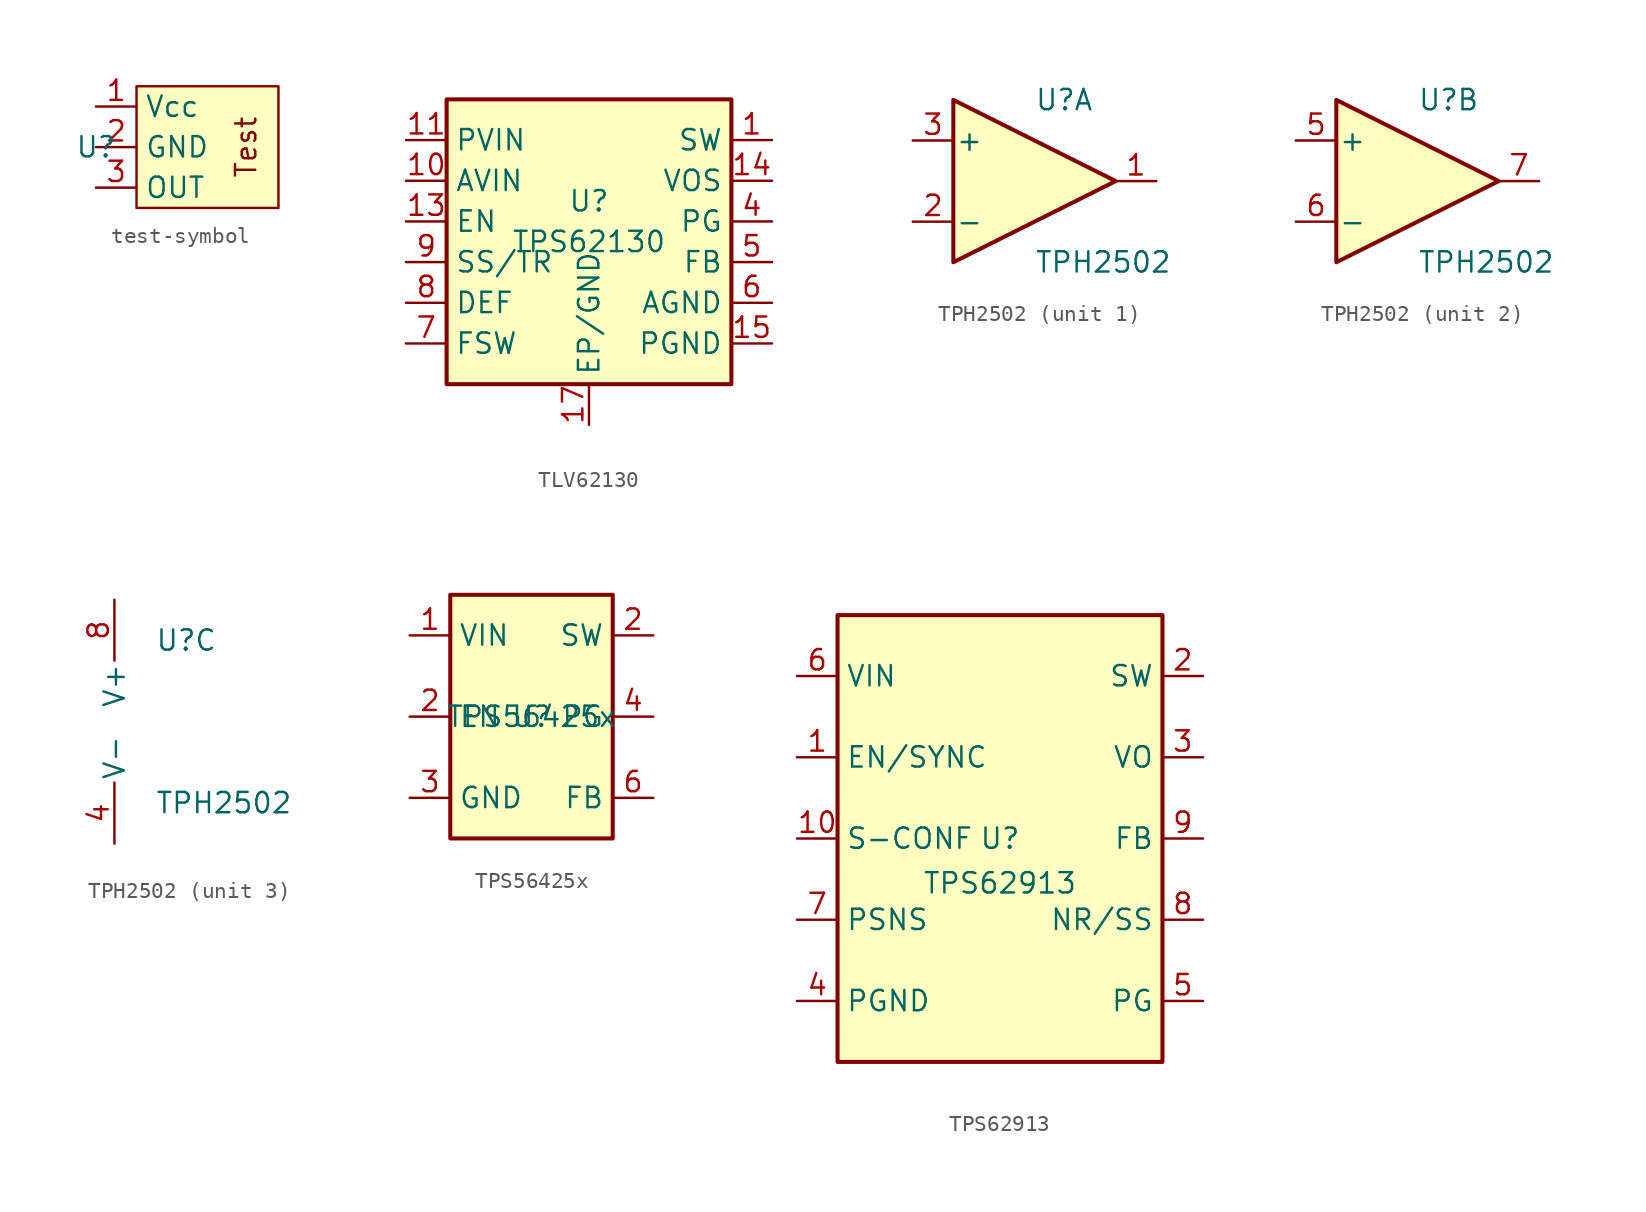
<source format=kicad_sym>
(kicad_symbol_lib
  (version 20241209)
  (generator "kicad_symbol_editor")
  (generator_version "9.0")
  (symbol "test-symbol"
    (property "Reference" "U"
      (at 0 0 0)
      (effects (font (size 1.27 1.27))))
    (property "Value" ""
      (at 0 0 0)
      (effects (font (size 1.27 1.27))))
    (symbol "test-symbol_1_1"
      (rectangle (start 2.54 3.81) (end 11.43 -3.81) (stroke (width 0) (type default)) (fill (type background)))
      (text "Test" (at 9.398 0 900) (effects (font (size 1.27 1.27))))
      (pin power_in line (at 0 2.54 0) (length 2.54) (name "Vcc" (effects (font (size 1.27 1.27)))) (number "1" (effects (font (size 1.27 1.27)))))
      (pin power_in line (at 0 0 0) (length 2.54) (name "GND" (effects (font (size 1.27 1.27)))) (number "2" (effects (font (size 1.27 1.27)))))
      (pin output line (at 0 -2.54 0) (length 2.54) (name "OUT" (effects (font (size 1.27 1.27)))) (number "3" (effects (font (size 1.27 1.27)))))))
  (symbol "TLV62130"
    (property "Reference" "U"
      (at 0 2.54 0)
      (effects (font (size 1.27 1.27))))
    (property "Value" "TPS62130"
      (at 0 0 0)
      (effects (font (size 1.27 1.27))))
    (symbol "TLV62130_1_1"
      (rectangle (start -8.89 8.89) (end 8.89 -8.89) (stroke (width 0.254) (type solid)) (fill (type background)))
      (pin passive line (at -11.43 6.35 0) (length 2.54) (name "PVIN" (effects (font (size 1.27 1.27)))) (number "11" (effects (font (size 1.27 1.27)))))
      (pin passive line (at -11.43 6.35 0) (length 2.54) (hide yes) (name "PVIN" (effects (font (size 1.27 1.27)))) (number "12" (effects (font (size 1.27 1.27)))))
      (pin passive line (at -11.43 3.81 0) (length 2.54) (name "AVIN" (effects (font (size 1.27 1.27)))) (number "10" (effects (font (size 1.27 1.27)))))
      (pin passive line (at -11.43 1.27 0) (length 2.54) (name "EN" (effects (font (size 1.27 1.27)))) (number "13" (effects (font (size 1.27 1.27)))))
      (pin passive line (at -11.43 -1.27 0) (length 2.54) (name "SS/TR" (effects (font (size 1.27 1.27)))) (number "9" (effects (font (size 1.27 1.27)))))
      (pin passive line (at -11.43 -3.81 0) (length 2.54) (name "DEF" (effects (font (size 1.27 1.27)))) (number "8" (effects (font (size 1.27 1.27)))))
      (pin passive line (at -11.43 -6.35 0) (length 2.54) (name "FSW" (effects (font (size 1.27 1.27)))) (number "7" (effects (font (size 1.27 1.27)))))
      (pin passive line (at 0 -11.43 90) (length 2.54) (name "EP/GND" (effects (font (size 1.27 1.27)))) (number "17" (effects (font (size 1.27 1.27)))))
      (pin passive line (at 11.43 6.35 180) (length 2.54) (name "SW" (effects (font (size 1.27 1.27)))) (number "1" (effects (font (size 1.27 1.27)))))
      (pin passive line (at 11.43 6.35 180) (length 2.54) (hide yes) (name "SW" (effects (font (size 1.27 1.27)))) (number "2" (effects (font (size 1.27 1.27)))))
      (pin passive line (at 11.43 6.35 180) (length 2.54) (hide yes) (name "SW" (effects (font (size 1.27 1.27)))) (number "3" (effects (font (size 1.27 1.27)))))
      (pin passive line (at 11.43 3.81 180) (length 2.54) (name "VOS" (effects (font (size 1.27 1.27)))) (number "14" (effects (font (size 1.27 1.27)))))
      (pin passive line (at 11.43 1.27 180) (length 2.54) (name "PG" (effects (font (size 1.27 1.27)))) (number "4" (effects (font (size 1.27 1.27)))))
      (pin passive line (at 11.43 -1.27 180) (length 2.54) (name "FB" (effects (font (size 1.27 1.27)))) (number "5" (effects (font (size 1.27 1.27)))))
      (pin passive line (at 11.43 -3.81 180) (length 2.54) (name "AGND" (effects (font (size 1.27 1.27)))) (number "6" (effects (font (size 1.27 1.27)))))
      (pin passive line (at 11.43 -6.35 180) (length 2.54) (name "PGND" (effects (font (size 1.27 1.27)))) (number "15" (effects (font (size 1.27 1.27)))))
      (pin passive line (at 11.43 -6.35 180) (length 2.54) (hide yes) (name "PGND" (effects (font (size 1.27 1.27)))) (number "16" (effects (font (size 1.27 1.27)))))))
  (symbol "TPH2502"
    (pin_names
      (offset 0.127))
    (property "Reference" "U"
      (at 0 5.08 0)
      (effects (font (size 1.27 1.27)) (justify left)))
    (property "Value" "TPH2502"
      (at 0 -5.08 0)
      (effects (font (size 1.27 1.27)) (justify left)))
    (property "ki_locked" ""
      (at 0 0 0)
      (effects (font (size 1.27 1.27))))
    (symbol "TPH2502_1_1"
      (polyline (pts (xy -5.08 5.08) (xy 5.08 0) (xy -5.08 -5.08) (xy -5.08 5.08)) (stroke (width 0.254) (type default)) (fill (type background)))
      (pin input line (at -7.62 2.54 0) (length 2.54) (name "+" (effects (font (size 1.27 1.27)))) (number "3" (effects (font (size 1.27 1.27)))))
      (pin input line (at -7.62 -2.54 0) (length 2.54) (name "-" (effects (font (size 1.27 1.27)))) (number "2" (effects (font (size 1.27 1.27)))))
      (pin output line (at 7.62 0 180) (length 2.54) (name "~" (effects (font (size 1.27 1.27)))) (number "1" (effects (font (size 1.27 1.27))))))
    (symbol "TPH2502_2_1"
      (polyline (pts (xy -5.08 5.08) (xy 5.08 0) (xy -5.08 -5.08) (xy -5.08 5.08)) (stroke (width 0.254) (type default)) (fill (type background)))
      (pin input line (at -7.62 2.54 0) (length 2.54) (name "+" (effects (font (size 1.27 1.27)))) (number "5" (effects (font (size 1.27 1.27)))))
      (pin input line (at -7.62 -2.54 0) (length 2.54) (name "-" (effects (font (size 1.27 1.27)))) (number "6" (effects (font (size 1.27 1.27)))))
      (pin output line (at 7.62 0 180) (length 2.54) (name "~" (effects (font (size 1.27 1.27)))) (number "7" (effects (font (size 1.27 1.27))))))
    (symbol "TPH2502_3_1"
      (pin power_in line (at -2.54 7.62 270) (length 3.81) (name "V+" (effects (font (size 1.27 1.27)))) (number "8" (effects (font (size 1.27 1.27)))))
      (pin power_in line (at -2.54 -7.62 90) (length 3.81) (name "V-" (effects (font (size 1.27 1.27)))) (number "4" (effects (font (size 1.27 1.27)))))))
  (symbol "TPS56425x"
    (property "Reference" "U"
      (at 0 0 0)
      (effects (font (size 1.27 1.27))))
    (property "Value" "TPS56425x"
      (at 0 0 0)
      (effects (font (size 1.27 1.27))))
    (symbol "TPS56425x_1_1"
      (rectangle (start -5.08 7.62) (end 5.08 -7.62) (stroke (width 0.254) (type default)) (fill (type background)))
      (pin power_in line (at -7.62 5.08 0) (length 2.54) (name "VIN" (effects (font (size 1.27 1.27)))) (number "1" (effects (font (size 1.27 1.27)))))
      (pin input line (at -7.62 0 0) (length 2.54) (name "EN" (effects (font (size 1.27 1.27)))) (number "2" (effects (font (size 1.27 1.27)))))
      (pin power_in line (at -7.62 -5.08 0) (length 2.54) (name "GND" (effects (font (size 1.27 1.27)))) (number "3" (effects (font (size 1.27 1.27)))))
      (pin passive line (at 7.62 5.08 180) (length 2.54) (name "SW" (effects (font (size 1.27 1.27)))) (number "2" (effects (font (size 1.27 1.27)))))
      (pin output line (at 7.62 0 180) (length 2.54) (name "PG" (effects (font (size 1.27 1.27)))) (number "4" (effects (font (size 1.27 1.27)))))
      (pin passive line (at 7.62 -5.08 180) (length 2.54) (name "FB" (effects (font (size 1.27 1.27)))) (number "6" (effects (font (size 1.27 1.27)))))))
  (symbol "TPS62913"
    (property "Reference" "U"
      (at 0 0 0)
      (effects (font (size 1.27 1.27))))
    (property "Value" "TPS62913"
      (at 0 -2.794 0)
      (effects (font (size 1.27 1.27))))
    (symbol "TPS62913_1_1"
      (rectangle (start -10.16 13.97) (end 10.16 -13.97) (stroke (width 0.254) (type default)) (fill (type background)))
      (pin power_in line (at -12.7 10.16 0) (length 2.54) (name "VIN" (effects (font (size 1.27 1.27)))) (number "6" (effects (font (size 1.27 1.27)))))
      (pin input line (at -12.7 5.08 0) (length 2.54) (name "EN/SYNC" (effects (font (size 1.27 1.27)))) (number "1" (effects (font (size 1.27 1.27)))))
      (pin passive line (at -12.7 0 0) (length 2.54) (name "S-CONF" (effects (font (size 1.27 1.27)))) (number "10" (effects (font (size 1.27 1.27)))))
      (pin input line (at -12.7 -5.08 0) (length 2.54) (name "PSNS" (effects (font (size 1.27 1.27)))) (number "7" (effects (font (size 1.27 1.27)))))
      (pin passive line (at -12.7 -10.16 0) (length 2.54) (name "PGND" (effects (font (size 1.27 1.27)))) (number "4" (effects (font (size 1.27 1.27)))))
      (pin passive line (at 12.7 10.16 180) (length 2.54) (name "SW" (effects (font (size 1.27 1.27)))) (number "2" (effects (font (size 1.27 1.27)))))
      (pin input line (at 12.7 5.08 180) (length 2.54) (name "VO" (effects (font (size 1.27 1.27)))) (number "3" (effects (font (size 1.27 1.27)))))
      (pin input line (at 12.7 0 180) (length 2.54) (name "FB" (effects (font (size 1.27 1.27)))) (number "9" (effects (font (size 1.27 1.27)))))
      (pin passive line (at 12.7 -5.08 180) (length 2.54) (name "NR/SS" (effects (font (size 1.27 1.27)))) (number "8" (effects (font (size 1.27 1.27)))))
      (pin output line (at 12.7 -10.16 180) (length 2.54) (name "PG" (effects (font (size 1.27 1.27)))) (number "5" (effects (font (size 1.27 1.27))))))))
</source>
